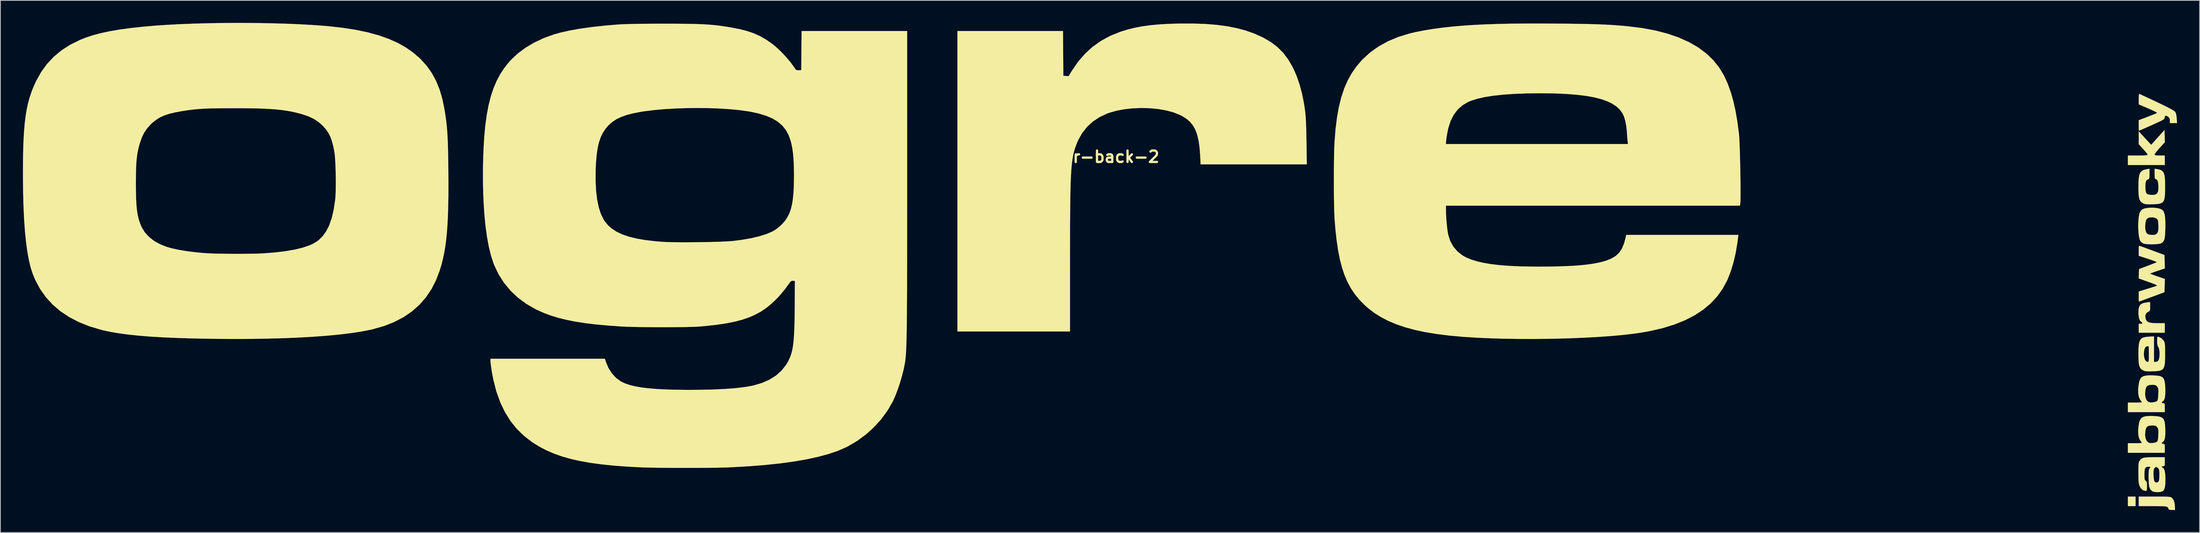
<source format=kicad_pcb>
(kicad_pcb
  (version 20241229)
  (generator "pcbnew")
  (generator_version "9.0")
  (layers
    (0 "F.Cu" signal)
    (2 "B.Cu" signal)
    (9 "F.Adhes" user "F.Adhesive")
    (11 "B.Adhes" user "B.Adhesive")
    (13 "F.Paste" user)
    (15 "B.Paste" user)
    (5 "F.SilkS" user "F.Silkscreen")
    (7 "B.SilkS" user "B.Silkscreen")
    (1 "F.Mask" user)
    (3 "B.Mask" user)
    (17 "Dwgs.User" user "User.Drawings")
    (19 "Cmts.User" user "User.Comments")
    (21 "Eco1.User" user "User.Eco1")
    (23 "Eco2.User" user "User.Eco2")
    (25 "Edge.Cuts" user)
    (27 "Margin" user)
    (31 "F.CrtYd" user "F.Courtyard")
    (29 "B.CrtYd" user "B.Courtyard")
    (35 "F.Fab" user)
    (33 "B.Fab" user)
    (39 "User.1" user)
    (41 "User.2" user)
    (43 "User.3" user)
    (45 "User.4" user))
  (footprint "jabber-back-2"
    (layer "F.Cu")
    (at 142.412 17.847)
    (property "Reference" "jabber-back-2" (at 0 0 0) (layer "F.SilkS") (effects (font (size 1.524 1.524) (thickness 0.3))))
    (attr through_hole)
    (fp_poly (pts (xy 138.769 46.567) (xy 137.753 46.567) (xy 137.753 45.297) (xy 138.769 45.297) (xy 138.769 46.567)) (stroke (width 0.01) (type solid)) (fill yes) (layer "F.SilkS"))
    (fp_poly (pts (xy 141.956 45.297) (xy 142.461 45.3) (xy 142.84 45.306) (xy 143.114 45.318) (xy 143.306 45.338) (xy 143.437 45.366) (xy 143.528 45.406) (xy 143.603 45.458) (xy 143.637 45.487) (xy 143.838 45.764) (xy 143.967 46.173) (xy 144.016 46.69) (xy 144.016 46.715) (xy 144.018 47.075) (xy 143.595 47.075) (xy 143.324 47.06) (xy 143.194 47.01) (xy 143.171 46.954) (xy 143.116 46.8) (xy 143.038 46.7) (xy 142.972 46.655) (xy 142.859 46.622) (xy 142.677 46.597) (xy 142.407 46.581) (xy 142.025 46.572) (xy 141.511 46.567) (xy 141.049 46.567) (xy 139.192 46.567) (xy 139.192 45.297) (xy 141.304 45.297) (xy 141.956 45.297)) (stroke (width 0.01) (type solid)) (fill yes) (layer "F.SilkS"))
    (fp_poly (pts (xy 140.716 19.954) (xy 140.713 20.264) (xy 140.691 20.45) (xy 140.634 20.556) (xy 140.524 20.627) (xy 140.441 20.665) (xy 140.194 20.856) (xy 140.072 21.14) (xy 140.084 21.487) (xy 140.149 21.69) (xy 140.257 21.878) (xy 140.419 22.013) (xy 140.659 22.103) (xy 141.003 22.156) (xy 141.476 22.179) (xy 141.796 22.182) (xy 142.663 22.183) (xy 142.663 23.453) (xy 139.192 23.453) (xy 139.192 22.267) (xy 139.446 22.267) (xy 139.644 22.235) (xy 139.691 22.152) (xy 139.578 22.04) (xy 139.542 22.02) (xy 139.351 21.824) (xy 139.223 21.482) (xy 139.16 21.006) (xy 139.154 20.743) (xy 139.185 20.254) (xy 139.284 19.902) (xy 139.472 19.664) (xy 139.768 19.513) (xy 140.192 19.427) (xy 140.231 19.422) (xy 140.716 19.365) (xy 140.716 19.954)) (stroke (width 0.01) (type solid)) (fill yes) (layer "F.SilkS"))
    (fp_poly (pts (xy 142.645 -2.752) (xy 142.67 -1.938) (xy 141.989 -1.194) (xy 141.723 -0.891) (xy 141.505 -0.623) (xy 141.36 -0.418) (xy 141.309 -0.309) (xy 141.333 -0.239) (xy 141.426 -0.196) (xy 141.622 -0.175) (xy 141.952 -0.169) (xy 141.986 -0.169) (xy 142.663 -0.169) (xy 142.663 1.101) (xy 137.753 1.101) (xy 137.753 -0.169) (xy 139.065 -0.169) (xy 139.585 -0.172) (xy 139.955 -0.183) (xy 140.197 -0.202) (xy 140.331 -0.232) (xy 140.377 -0.274) (xy 140.377 -0.28) (xy 140.323 -0.386) (xy 140.176 -0.582) (xy 139.961 -0.838) (xy 139.785 -1.035) (xy 139.192 -1.678) (xy 139.192 -3.396) (xy 139.679 -2.863) (xy 139.959 -2.557) (xy 140.247 -2.243) (xy 140.485 -1.985) (xy 140.508 -1.961) (xy 140.85 -1.592) (xy 141.735 -2.578) (xy 142.621 -3.565) (xy 142.645 -2.752)) (stroke (width 0.01) (type solid)) (fill yes) (layer "F.SilkS"))
    (fp_poly (pts (xy 139.345 -8.343) (xy 139.568 -8.243) (xy 139.906 -8.089) (xy 140.337 -7.889) (xy 140.844 -7.652) (xy 141.407 -7.387) (xy 141.598 -7.297) (xy 142.392 -6.915) (xy 143.031 -6.598) (xy 143.514 -6.344) (xy 143.843 -6.153) (xy 144.018 -6.024) (xy 144.037 -6.002) (xy 144.149 -5.765) (xy 144.222 -5.39) (xy 144.247 -5.137) (xy 144.296 -4.487) (xy 143.341 -4.487) (xy 143.341 -4.82) (xy 143.307 -5.086) (xy 143.184 -5.271) (xy 143.118 -5.328) (xy 142.888 -5.473) (xy 142.74 -5.476) (xy 142.662 -5.334) (xy 142.648 -5.24) (xy 142.633 -5.152) (xy 142.597 -5.073) (xy 142.519 -4.994) (xy 142.379 -4.902) (xy 142.16 -4.785) (xy 141.84 -4.632) (xy 141.401 -4.432) (xy 140.938 -4.224) (xy 140.444 -4.004) (xy 140.005 -3.809) (xy 139.643 -3.65) (xy 139.38 -3.536) (xy 139.24 -3.477) (xy 139.223 -3.471) (xy 139.209 -3.549) (xy 139.198 -3.757) (xy 139.192 -4.056) (xy 139.192 -4.171) (xy 139.192 -4.87) (xy 140.357 -5.317) (xy 140.777 -5.48) (xy 141.145 -5.626) (xy 141.429 -5.742) (xy 141.599 -5.815) (xy 141.628 -5.83) (xy 141.597 -5.887) (xy 141.417 -5.998) (xy 141.099 -6.157) (xy 140.653 -6.359) (xy 140.465 -6.441) (xy 139.195 -6.985) (xy 139.193 -7.684) (xy 139.2 -8.003) (xy 139.218 -8.245) (xy 139.245 -8.37) (xy 139.256 -8.379) (xy 139.345 -8.343)) (stroke (width 0.01) (type solid)) (fill yes) (layer "F.SilkS"))
    (fp_poly (pts (xy 139.366 11.897) (xy 139.497 11.943) (xy 139.76 12.038) (xy 140.125 12.171) (xy 140.565 12.333) (xy 141.053 12.514) (xy 141.08 12.524) (xy 142.621 13.096) (xy 142.645 13.992) (xy 142.669 14.888) (xy 141.692 15.209) (xy 141.317 15.337) (xy 141.008 15.448) (xy 140.798 15.531) (xy 140.716 15.575) (xy 140.716 15.576) (xy 140.791 15.619) (xy 140.997 15.703) (xy 141.301 15.815) (xy 141.674 15.945) (xy 141.692 15.951) (xy 142.669 16.281) (xy 142.645 17.167) (xy 142.621 18.054) (xy 140.933 18.679) (xy 140.433 18.864) (xy 139.989 19.027) (xy 139.625 19.16) (xy 139.364 19.254) (xy 139.231 19.3) (xy 139.218 19.304) (xy 139.206 19.226) (xy 139.197 19.019) (xy 139.192 18.723) (xy 139.192 18.632) (xy 139.192 17.961) (xy 140.314 17.613) (xy 140.737 17.481) (xy 141.112 17.362) (xy 141.404 17.267) (xy 141.578 17.208) (xy 141.599 17.199) (xy 141.623 17.159) (xy 141.54 17.095) (xy 141.336 16.998) (xy 140.999 16.865) (xy 140.514 16.687) (xy 140.475 16.673) (xy 139.188 16.214) (xy 139.211 15.591) (xy 139.234 14.968) (xy 140.393 14.533) (xy 140.806 14.375) (xy 141.161 14.236) (xy 141.428 14.127) (xy 141.578 14.06) (xy 141.599 14.048) (xy 141.54 14.006) (xy 141.346 13.924) (xy 141.043 13.811) (xy 140.657 13.677) (xy 140.42 13.599) (xy 139.192 13.2) (xy 139.192 12.521) (xy 139.195 12.186) (xy 139.208 11.988) (xy 139.242 11.897) (xy 139.304 11.881) (xy 139.366 11.897)) (stroke (width 0.01) (type solid)) (fill yes) (layer "F.SilkS"))
    (fp_poly (pts (xy 141.094 29.14) (xy 141.635 29.172) (xy 142.038 29.241) (xy 142.325 29.37) (xy 142.517 29.58) (xy 142.634 29.895) (xy 142.699 30.335) (xy 142.729 30.863) (xy 142.733 31.523) (xy 142.687 32.026) (xy 142.59 32.376) (xy 142.442 32.576) (xy 142.406 32.598) (xy 142.26 32.717) (xy 142.273 32.81) (xy 142.438 32.851) (xy 142.452 32.851) (xy 142.562 32.859) (xy 142.626 32.91) (xy 142.655 33.04) (xy 142.663 33.285) (xy 142.663 33.443) (xy 142.663 34.036) (xy 137.753 34.036) (xy 137.753 32.766) (xy 138.684 32.766) (xy 139.058 32.762) (xy 139.361 32.75) (xy 139.557 32.733) (xy 139.615 32.715) (xy 139.566 32.623) (xy 139.443 32.46) (xy 139.41 32.419) (xy 139.237 32.096) (xy 139.143 31.648) (xy 140.041 31.648) (xy 140.099 32.103) (xy 140.246 32.452) (xy 140.476 32.676) (xy 140.547 32.71) (xy 140.763 32.747) (xy 141.052 32.735) (xy 141.344 32.686) (xy 141.569 32.607) (xy 141.632 32.563) (xy 141.708 32.441) (xy 141.758 32.232) (xy 141.79 31.904) (xy 141.803 31.641) (xy 141.813 31.261) (xy 141.804 31.006) (xy 141.769 30.835) (xy 141.703 30.702) (xy 141.649 30.628) (xy 141.524 30.495) (xy 141.382 30.425) (xy 141.165 30.398) (xy 140.964 30.395) (xy 140.578 30.428) (xy 140.321 30.543) (xy 140.164 30.764) (xy 140.077 31.109) (xy 140.041 31.648) (xy 139.143 31.648) (xy 139.14 31.636) (xy 139.122 31.056) (xy 139.166 30.505) (xy 139.247 30.021) (xy 139.37 29.66) (xy 139.556 29.407) (xy 139.827 29.245) (xy 140.207 29.159) (xy 140.717 29.133) (xy 141.094 29.14)) (stroke (width 0.01) (type solid)) (fill yes) (layer "F.SilkS"))
    (fp_poly (pts (xy 141.094 34.559) (xy 141.635 34.591) (xy 142.038 34.66) (xy 142.325 34.789) (xy 142.517 34.999) (xy 142.634 35.313) (xy 142.699 35.754) (xy 142.729 36.281) (xy 142.733 36.942) (xy 142.687 37.445) (xy 142.59 37.794) (xy 142.442 37.995) (xy 142.406 38.017) (xy 142.26 38.135) (xy 142.273 38.229) (xy 142.438 38.269) (xy 142.452 38.269) (xy 142.562 38.278) (xy 142.626 38.329) (xy 142.655 38.458) (xy 142.663 38.704) (xy 142.663 38.862) (xy 142.663 39.455) (xy 137.753 39.455) (xy 137.753 38.185) (xy 138.684 38.185) (xy 139.058 38.18) (xy 139.361 38.169) (xy 139.557 38.151) (xy 139.615 38.133) (xy 139.566 38.041) (xy 139.443 37.879) (xy 139.41 37.838) (xy 139.237 37.514) (xy 139.143 37.067) (xy 140.041 37.067) (xy 140.099 37.521) (xy 140.246 37.871) (xy 140.476 38.095) (xy 140.547 38.129) (xy 140.763 38.165) (xy 141.052 38.154) (xy 141.344 38.104) (xy 141.569 38.026) (xy 141.632 37.982) (xy 141.708 37.86) (xy 141.758 37.65) (xy 141.79 37.322) (xy 141.803 37.06) (xy 141.813 36.68) (xy 141.804 36.425) (xy 141.769 36.253) (xy 141.703 36.121) (xy 141.649 36.047) (xy 141.524 35.914) (xy 141.382 35.844) (xy 141.165 35.817) (xy 140.964 35.814) (xy 140.578 35.847) (xy 140.321 35.962) (xy 140.164 36.182) (xy 140.077 36.528) (xy 140.041 37.067) (xy 139.143 37.067) (xy 139.14 37.055) (xy 139.122 36.475) (xy 139.166 35.924) (xy 139.247 35.44) (xy 139.37 35.079) (xy 139.556 34.825) (xy 139.827 34.663) (xy 140.207 34.577) (xy 140.717 34.552) (xy 141.094 34.559)) (stroke (width 0.01) (type solid)) (fill yes) (layer "F.SilkS"))
    (fp_poly (pts (xy 141.662 6.841) (xy 142.066 6.946) (xy 142.348 7.095) (xy 142.395 7.139) (xy 142.531 7.344) (xy 142.631 7.639) (xy 142.698 8.042) (xy 142.733 8.571) (xy 142.739 9.242) (xy 142.734 9.548) (xy 142.716 10.137) (xy 142.683 10.583) (xy 142.631 10.913) (xy 142.55 11.154) (xy 142.435 11.331) (xy 142.279 11.471) (xy 142.209 11.519) (xy 142.023 11.582) (xy 141.714 11.628) (xy 141.325 11.658) (xy 140.901 11.669) (xy 140.488 11.661) (xy 140.128 11.634) (xy 139.868 11.585) (xy 139.812 11.565) (xy 139.584 11.42) (xy 139.412 11.243) (xy 139.412 11.242) (xy 139.305 10.985) (xy 139.223 10.596) (xy 139.165 10.114) (xy 139.133 9.576) (xy 139.129 9.131) (xy 140.053 9.131) (xy 140.058 9.525) (xy 140.077 9.7) (xy 140.166 10.049) (xy 140.324 10.268) (xy 140.582 10.382) (xy 140.964 10.414) (xy 141.259 10.405) (xy 141.443 10.364) (xy 141.571 10.273) (xy 141.641 10.191) (xy 141.735 10.038) (xy 141.789 9.847) (xy 141.813 9.568) (xy 141.817 9.307) (xy 141.807 8.961) (xy 141.78 8.656) (xy 141.743 8.454) (xy 141.737 8.438) (xy 141.582 8.247) (xy 141.318 8.121) (xy 140.997 8.065) (xy 140.668 8.087) (xy 140.381 8.191) (xy 140.287 8.26) (xy 140.175 8.449) (xy 140.095 8.756) (xy 140.053 9.131) (xy 139.129 9.131) (xy 139.128 9.019) (xy 139.15 8.479) (xy 139.199 7.994) (xy 139.278 7.601) (xy 139.326 7.458) (xy 139.475 7.19) (xy 139.69 7.003) (xy 140.002 6.881) (xy 140.44 6.811) (xy 140.623 6.796) (xy 141.17 6.789) (xy 141.662 6.841)) (stroke (width 0.01) (type solid)) (fill yes) (layer "F.SilkS"))
    (fp_poly (pts (xy 141.668 1.652) (xy 141.99 1.72) (xy 142.238 1.823) (xy 142.422 1.981) (xy 142.552 2.215) (xy 142.636 2.544) (xy 142.683 2.989) (xy 142.703 3.571) (xy 142.706 3.979) (xy 142.7 4.664) (xy 142.674 5.199) (xy 142.614 5.602) (xy 142.507 5.894) (xy 142.339 6.092) (xy 142.098 6.217) (xy 141.769 6.287) (xy 141.34 6.32) (xy 141.055 6.331) (xy 140.605 6.339) (xy 140.285 6.331) (xy 140.057 6.303) (xy 139.881 6.251) (xy 139.785 6.206) (xy 139.568 6.069) (xy 139.405 5.896) (xy 139.29 5.662) (xy 139.214 5.342) (xy 139.171 4.913) (xy 139.153 4.35) (xy 139.151 4.064) (xy 139.161 3.377) (xy 139.198 2.839) (xy 139.272 2.43) (xy 139.392 2.129) (xy 139.567 1.917) (xy 139.806 1.775) (xy 140.119 1.682) (xy 140.272 1.654) (xy 140.631 1.594) (xy 140.631 2.279) (xy 140.624 2.638) (xy 140.599 2.854) (xy 140.552 2.952) (xy 140.517 2.963) (xy 140.381 3.021) (xy 140.242 3.142) (xy 140.16 3.265) (xy 140.11 3.436) (xy 140.086 3.699) (xy 140.081 4.038) (xy 140.098 4.477) (xy 140.165 4.774) (xy 140.303 4.956) (xy 140.535 5.049) (xy 140.883 5.079) (xy 140.973 5.08) (xy 141.266 5.07) (xy 141.448 5.027) (xy 141.577 4.933) (xy 141.641 4.857) (xy 141.736 4.702) (xy 141.791 4.506) (xy 141.814 4.221) (xy 141.817 3.987) (xy 141.787 3.507) (xy 141.698 3.175) (xy 141.553 2.996) (xy 141.431 2.963) (xy 141.368 2.928) (xy 141.33 2.802) (xy 141.312 2.557) (xy 141.309 2.279) (xy 141.309 1.594) (xy 141.668 1.652)) (stroke (width 0.01) (type solid)) (fill yes) (layer "F.SilkS"))
    (fp_poly (pts (xy 141.224 27.347) (xy 141.43 27.347) (xy 141.645 27.296) (xy 141.763 27.219) (xy 141.875 27.013) (xy 141.946 26.695) (xy 141.974 26.318) (xy 141.96 25.933) (xy 141.903 25.593) (xy 141.803 25.351) (xy 141.777 25.318) (xy 141.697 25.154) (xy 141.656 24.867) (xy 141.647 24.562) (xy 141.65 24.247) (xy 141.665 24.069) (xy 141.705 23.994) (xy 141.779 23.99) (xy 141.838 24.006) (xy 142.24 24.204) (xy 142.527 24.526) (xy 142.556 24.575) (xy 142.612 24.703) (xy 142.653 24.864) (xy 142.68 25.087) (xy 142.696 25.4) (xy 142.704 25.832) (xy 142.706 26.289) (xy 142.7 26.967) (xy 142.672 27.495) (xy 142.609 27.892) (xy 142.498 28.178) (xy 142.323 28.371) (xy 142.072 28.492) (xy 141.732 28.558) (xy 141.287 28.59) (xy 141.055 28.598) (xy 140.605 28.606) (xy 140.285 28.598) (xy 140.057 28.57) (xy 139.881 28.518) (xy 139.785 28.474) (xy 139.57 28.339) (xy 139.409 28.17) (xy 139.294 27.943) (xy 139.218 27.633) (xy 139.174 27.216) (xy 139.155 26.668) (xy 139.153 26.331) (xy 139.875 26.331) (xy 139.917 26.735) (xy 140.024 27.058) (xy 140.186 27.271) (xy 140.39 27.347) (xy 140.455 27.335) (xy 140.499 27.278) (xy 140.527 27.151) (xy 140.541 26.925) (xy 140.546 26.573) (xy 140.547 26.289) (xy 140.545 25.849) (xy 140.537 25.552) (xy 140.519 25.368) (xy 140.486 25.272) (xy 140.434 25.235) (xy 140.383 25.231) (xy 140.155 25.309) (xy 139.993 25.54) (xy 139.906 25.873) (xy 139.875 26.331) (xy 139.153 26.331) (xy 139.153 26.289) (xy 139.163 25.611) (xy 139.201 25.082) (xy 139.277 24.683) (xy 139.403 24.396) (xy 139.592 24.2) (xy 139.854 24.077) (xy 140.201 24.008) (xy 140.554 23.978) (xy 141.224 23.939) (xy 141.224 27.347)) (stroke (width 0.01) (type solid)) (fill yes) (layer "F.SilkS"))
    (fp_poly (pts (xy 14.958 -17.702) (xy 16.487 -17.579) (xy 17.895 -17.39) (xy 19.195 -17.132) (xy 20.4 -16.803) (xy 21.521 -16.402) (xy 22.572 -15.926) (xy 22.707 -15.858) (xy 23.703 -15.273) (xy 24.567 -14.614) (xy 25.32 -13.858) (xy 25.982 -12.984) (xy 26.574 -11.972) (xy 26.662 -11.799) (xy 27.113 -10.772) (xy 27.507 -9.629) (xy 27.828 -8.416) (xy 27.897 -8.096) (xy 28.018 -7.489) (xy 28.118 -6.935) (xy 28.199 -6.409) (xy 28.263 -5.881) (xy 28.314 -5.326) (xy 28.352 -4.717) (xy 28.381 -4.026) (xy 28.403 -3.225) (xy 28.42 -2.289) (xy 28.424 -2.053) (xy 28.468 1.016) (xy 14.335 1.016) (xy 14.28 -0.106) (xy 14.202 -1.182) (xy 14.075 -2.11) (xy 13.893 -2.905) (xy 13.647 -3.582) (xy 13.33 -4.158) (xy 12.933 -4.647) (xy 12.449 -5.066) (xy 11.87 -5.431) (xy 11.564 -5.587) (xy 10.723 -5.92) (xy 9.759 -6.179) (xy 8.704 -6.363) (xy 7.587 -6.471) (xy 6.44 -6.502) (xy 5.291 -6.457) (xy 4.172 -6.335) (xy 3.113 -6.135) (xy 2.144 -5.856) (xy 1.9 -5.766) (xy 0.888 -5.292) (xy -0.007 -4.697) (xy -0.782 -3.984) (xy -1.433 -3.157) (xy -1.957 -2.22) (xy -2.07 -1.963) (xy -2.2 -1.643) (xy -2.317 -1.329) (xy -2.423 -1.01) (xy -2.519 -0.678) (xy -2.604 -0.323) (xy -2.68 0.064) (xy -2.747 0.492) (xy -2.805 0.97) (xy -2.855 1.508) (xy -2.898 2.115) (xy -2.934 2.799) (xy -2.964 3.571) (xy -2.988 4.44) (xy -3.007 5.413) (xy -3.022 6.502) (xy -3.032 7.715) (xy -3.04 9.061) (xy -3.044 10.55) (xy -3.046 12.19) (xy -3.047 13.822) (xy -3.048 23.283) (xy -18.034 23.283) (xy -18.034 -16.764) (xy -3.982 -16.764) (xy -3.937 -10.795) (xy -3.586 -10.769) (xy -3.235 -10.744) (xy -2.835 -11.404) (xy -2.008 -12.62) (xy -1.083 -13.697) (xy -0.059 -14.638) (xy 1.066 -15.443) (xy 2.292 -16.113) (xy 3.622 -16.649) (xy 3.716 -16.681) (xy 4.633 -16.961) (xy 5.565 -17.192) (xy 6.535 -17.38) (xy 7.57 -17.526) (xy 8.694 -17.635) (xy 9.931 -17.709) (xy 11.309 -17.753) (xy 11.487 -17.757) (xy 13.295 -17.76) (xy 14.958 -17.702)) (stroke (width 0.01) (type solid)) (fill yes) (layer "F.SilkS"))
    (fp_poly (pts (xy 142.663 40.64) (xy 142.66 40.95) (xy 142.642 41.127) (xy 142.596 41.209) (xy 142.508 41.232) (xy 142.452 41.233) (xy 142.282 41.267) (xy 142.249 41.346) (xy 142.367 41.433) (xy 142.371 41.434) (xy 142.533 41.577) (xy 142.649 41.866) (xy 142.72 42.307) (xy 142.748 42.906) (xy 142.748 43.011) (xy 142.732 43.588) (xy 142.681 44.019) (xy 142.587 44.323) (xy 142.447 44.52) (xy 142.281 44.62) (xy 141.995 44.685) (xy 141.65 44.703) (xy 141.313 44.676) (xy 141.051 44.606) (xy 140.988 44.572) (xy 140.809 44.417) (xy 140.679 44.223) (xy 140.592 43.962) (xy 140.54 43.605) (xy 140.516 43.124) (xy 140.511 42.787) (xy 140.511 42.323) (xy 140.515 42.158) (xy 141.154 42.158) (xy 141.162 42.511) (xy 141.191 42.854) (xy 141.239 43.134) (xy 141.303 43.3) (xy 141.305 43.302) (xy 141.496 43.422) (xy 141.707 43.392) (xy 141.827 43.294) (xy 141.895 43.123) (xy 141.934 42.803) (xy 141.943 42.407) (xy 141.938 42.035) (xy 141.918 41.791) (xy 141.873 41.631) (xy 141.797 41.516) (xy 141.76 41.477) (xy 141.557 41.349) (xy 141.378 41.387) (xy 141.233 41.588) (xy 141.215 41.633) (xy 141.171 41.848) (xy 141.154 42.158) (xy 140.515 42.158) (xy 140.519 41.998) (xy 140.54 41.778) (xy 140.578 41.634) (xy 140.635 41.533) (xy 140.666 41.496) (xy 140.764 41.377) (xy 140.748 41.328) (xy 140.594 41.317) (xy 140.524 41.317) (xy 140.28 41.34) (xy 140.117 41.424) (xy 140.017 41.597) (xy 139.968 41.885) (xy 139.954 42.313) (xy 139.954 42.339) (xy 139.958 42.707) (xy 139.976 42.944) (xy 140.015 43.086) (xy 140.082 43.17) (xy 140.123 43.2) (xy 140.213 43.281) (xy 140.265 43.411) (xy 140.288 43.632) (xy 140.293 43.92) (xy 140.289 44.238) (xy 140.27 44.423) (xy 140.226 44.509) (xy 140.147 44.534) (xy 140.119 44.535) (xy 139.782 44.455) (xy 139.502 44.226) (xy 139.306 43.88) (xy 139.244 43.691) (xy 139.2 43.474) (xy 139.172 43.196) (xy 139.156 42.825) (xy 139.15 42.329) (xy 139.15 42.107) (xy 139.151 41.589) (xy 139.158 41.212) (xy 139.174 40.947) (xy 139.201 40.764) (xy 139.243 40.635) (xy 139.304 40.531) (xy 139.327 40.498) (xy 139.457 40.341) (xy 139.597 40.225) (xy 139.774 40.145) (xy 140.016 40.093) (xy 140.351 40.064) (xy 140.805 40.051) (xy 141.287 40.049) (xy 142.663 40.047) (xy 142.663 40.64)) (stroke (width 0.01) (type solid)) (fill yes) (layer "F.SilkS"))
    (fp_poly (pts (xy 61.51 -17.754) (xy 62.835 -17.741) (xy 64.009 -17.727) (xy 65.051 -17.71) (xy 65.979 -17.692) (xy 66.812 -17.669) (xy 67.569 -17.643) (xy 68.267 -17.611) (xy 68.926 -17.575) (xy 69.564 -17.532) (xy 70.199 -17.482) (xy 70.851 -17.425) (xy 71.162 -17.396) (xy 73.078 -17.16) (xy 74.854 -16.831) (xy 76.489 -16.408) (xy 77.984 -15.891) (xy 79.337 -15.281) (xy 80.551 -14.578) (xy 81.623 -13.781) (xy 82.554 -12.891) (xy 83.344 -11.907) (xy 83.992 -10.831) (xy 84.031 -10.755) (xy 84.485 -9.752) (xy 84.883 -8.655) (xy 85.229 -7.45) (xy 85.526 -6.123) (xy 85.777 -4.66) (xy 85.987 -3.048) (xy 86.014 -2.738) (xy 86.04 -2.297) (xy 86.066 -1.747) (xy 86.09 -1.107) (xy 86.112 -0.397) (xy 86.133 0.362) (xy 86.152 1.152) (xy 86.167 1.952) (xy 86.18 2.741) (xy 86.19 3.501) (xy 86.195 4.211) (xy 86.197 4.85) (xy 86.194 5.4) (xy 86.187 5.84) (xy 86.174 6.15) (xy 86.156 6.307) (xy 86.103 6.519) (xy 46.99 6.519) (xy 46.991 7.176) (xy 47.004 7.696) (xy 47.037 8.289) (xy 47.088 8.906) (xy 47.15 9.499) (xy 47.22 10.018) (xy 47.292 10.414) (xy 47.56 11.236) (xy 47.97 11.973) (xy 48.509 12.611) (xy 49.168 13.136) (xy 49.642 13.404) (xy 50.31 13.686) (xy 51.081 13.93) (xy 51.964 14.136) (xy 52.967 14.306) (xy 54.098 14.44) (xy 55.366 14.54) (xy 56.778 14.606) (xy 58.344 14.64) (xy 59.351 14.646) (xy 60.928 14.635) (xy 62.348 14.603) (xy 63.619 14.549) (xy 64.752 14.472) (xy 65.758 14.37) (xy 66.645 14.243) (xy 67.426 14.09) (xy 68.108 13.911) (xy 68.241 13.87) (xy 68.978 13.581) (xy 69.573 13.227) (xy 70.045 12.785) (xy 70.41 12.238) (xy 70.689 11.564) (xy 70.835 11.037) (xy 70.982 10.414) (xy 85.913 10.414) (xy 85.886 10.604) (xy 85.863 10.775) (xy 85.825 11.06) (xy 85.78 11.407) (xy 85.766 11.515) (xy 85.553 12.808) (xy 85.259 14.071) (xy 84.896 15.263) (xy 84.475 16.34) (xy 84.408 16.488) (xy 83.806 17.605) (xy 83.072 18.627) (xy 82.206 19.556) (xy 81.205 20.393) (xy 80.068 21.139) (xy 78.793 21.795) (xy 77.377 22.363) (xy 75.82 22.843) (xy 74.119 23.236) (xy 72.94 23.445) (xy 71.756 23.611) (xy 70.42 23.761) (xy 68.952 23.893) (xy 67.368 24.007) (xy 65.687 24.103) (xy 63.926 24.179) (xy 62.103 24.235) (xy 60.236 24.27) (xy 58.342 24.284) (xy 56.439 24.275) (xy 54.545 24.244) (xy 53.213 24.207) (xy 51.118 24.119) (xy 49.181 23.994) (xy 47.393 23.829) (xy 45.746 23.622) (xy 44.232 23.372) (xy 42.843 23.076) (xy 41.571 22.731) (xy 40.406 22.336) (xy 39.343 21.89) (xy 38.371 21.388) (xy 37.483 20.83) (xy 36.671 20.213) (xy 36.154 19.755) (xy 35.483 19.071) (xy 34.886 18.346) (xy 34.36 17.566) (xy 33.899 16.72) (xy 33.5 15.794) (xy 33.157 14.775) (xy 32.866 13.651) (xy 32.624 12.409) (xy 32.424 11.036) (xy 32.264 9.519) (xy 32.165 8.255) (xy 32.138 7.746) (xy 32.116 7.094) (xy 32.098 6.324) (xy 32.085 5.463) (xy 32.076 4.536) (xy 32.072 3.569) (xy 32.072 2.588) (xy 32.077 1.619) (xy 32.087 0.688) (xy 32.101 -0.179) (xy 32.119 -0.956) (xy 32.142 -1.618) (xy 32.146 -1.693) (xy 46.99 -1.693) (xy 71.215 -1.693) (xy 71.171 -2.053) (xy 71.146 -2.294) (xy 71.117 -2.647) (xy 71.088 -3.056) (xy 71.073 -3.299) (xy 70.994 -4.08) (xy 70.859 -4.786) (xy 70.676 -5.385) (xy 70.486 -5.791) (xy 70.138 -6.271) (xy 69.685 -6.7) (xy 69.12 -7.078) (xy 68.438 -7.408) (xy 67.634 -7.69) (xy 66.7 -7.926) (xy 65.632 -8.117) (xy 64.423 -8.265) (xy 63.068 -8.371) (xy 61.56 -8.437) (xy 59.895 -8.464) (xy 59.478 -8.465) (xy 57.681 -8.444) (xy 56.048 -8.382) (xy 54.578 -8.28) (xy 53.271 -8.137) (xy 52.124 -7.954) (xy 51.139 -7.729) (xy 50.314 -7.464) (xy 49.922 -7.297) (xy 49.186 -6.863) (xy 48.557 -6.302) (xy 48.035 -5.613) (xy 47.618 -4.794) (xy 47.305 -3.843) (xy 47.115 -2.894) (xy 47.061 -2.519) (xy 47.019 -2.19) (xy 46.994 -1.955) (xy 46.99 -1.884) (xy 46.99 -1.693) (xy 32.146 -1.693) (xy 32.166 -2.074) (xy 32.303 -3.75) (xy 32.495 -5.277) (xy 32.746 -6.667) (xy 33.06 -7.932) (xy 33.442 -9.084) (xy 33.897 -10.136) (xy 34.427 -11.099) (xy 35.037 -11.987) (xy 35.731 -12.811) (xy 35.904 -12.993) (xy 36.909 -13.91) (xy 38.039 -14.714) (xy 39.292 -15.403) (xy 40.666 -15.977) (xy 42.162 -16.436) (xy 42.976 -16.626) (xy 44.078 -16.841) (xy 45.234 -17.032) (xy 46.452 -17.199) (xy 47.745 -17.343) (xy 49.124 -17.465) (xy 50.598 -17.565) (xy 52.178 -17.644) (xy 53.876 -17.703) (xy 55.702 -17.743) (xy 57.667 -17.763) (xy 59.781 -17.765) (xy 61.51 -17.754)) (stroke (width 0.01) (type solid)) (fill yes) (layer "F.SilkS"))
    (fp_poly (pts (xy -111.421 -17.829) (xy -109.448 -17.795) (xy -107.532 -17.741) (xy -105.699 -17.666) (xy -103.973 -17.571) (xy -102.379 -17.456) (xy -101.685 -17.395) (xy -99.804 -17.183) (xy -98.076 -16.912) (xy -96.492 -16.578) (xy -95.044 -16.179) (xy -93.724 -15.713) (xy -92.526 -15.175) (xy -91.44 -14.565) (xy -90.46 -13.878) (xy -89.577 -13.111) (xy -89.441 -12.978) (xy -88.654 -12.101) (xy -87.982 -11.147) (xy -87.418 -10.104) (xy -86.954 -8.954) (xy -86.583 -7.684) (xy -86.318 -6.392) (xy -86.214 -5.756) (xy -86.125 -5.151) (xy -86.05 -4.556) (xy -85.987 -3.95) (xy -85.935 -3.314) (xy -85.894 -2.625) (xy -85.86 -1.864) (xy -85.834 -1.01) (xy -85.814 -0.041) (xy -85.798 1.062) (xy -85.79 1.874) (xy -85.78 3.591) (xy -85.785 5.152) (xy -85.807 6.571) (xy -85.847 7.862) (xy -85.905 9.036) (xy -85.983 10.109) (xy -86.082 11.092) (xy -86.203 12) (xy -86.348 12.846) (xy -86.517 13.642) (xy -86.711 14.402) (xy -86.919 15.1) (xy -87.424 16.438) (xy -88.048 17.657) (xy -88.793 18.761) (xy -89.659 19.748) (xy -90.649 20.621) (xy -91.763 21.381) (xy -93.003 22.028) (xy -94.37 22.564) (xy -95.865 22.99) (xy -96.181 23.063) (xy -97.346 23.29) (xy -98.671 23.495) (xy -100.148 23.677) (xy -101.769 23.836) (xy -103.527 23.971) (xy -105.415 24.083) (xy -107.423 24.17) (xy -109.544 24.233) (xy -111.771 24.271) (xy -114.096 24.283) (xy -116.51 24.27) (xy -119.007 24.231) (xy -119.973 24.209) (xy -121.939 24.149) (xy -123.744 24.071) (xy -125.397 23.972) (xy -126.903 23.853) (xy -128.272 23.712) (xy -129.511 23.549) (xy -130.627 23.363) (xy -131.628 23.154) (xy -131.953 23.075) (xy -133.519 22.61) (xy -134.951 22.04) (xy -136.251 21.366) (xy -137.418 20.587) (xy -138.453 19.702) (xy -139.357 18.712) (xy -140.129 17.615) (xy -140.771 16.412) (xy -141.096 15.631) (xy -141.366 14.803) (xy -141.604 13.833) (xy -141.81 12.719) (xy -141.986 11.457) (xy -142.13 10.045) (xy -142.244 8.479) (xy -142.328 6.756) (xy -142.382 4.874) (xy -142.398 3.471) (xy -127.379 3.471) (xy -127.373 4.545) (xy -127.352 5.47) (xy -127.313 6.266) (xy -127.254 6.955) (xy -127.171 7.556) (xy -127.062 8.09) (xy -126.925 8.576) (xy -126.756 9.036) (xy -126.596 9.398) (xy -126.187 10.074) (xy -125.631 10.686) (xy -124.94 11.223) (xy -124.128 11.675) (xy -123.275 12.011) (xy -122.549 12.215) (xy -121.683 12.402) (xy -120.706 12.567) (xy -119.648 12.707) (xy -118.537 12.816) (xy -117.983 12.857) (xy -117.437 12.885) (xy -116.756 12.907) (xy -115.973 12.924) (xy -115.121 12.934) (xy -114.232 12.939) (xy -113.34 12.938) (xy -112.477 12.931) (xy -111.677 12.918) (xy -110.972 12.899) (xy -110.395 12.875) (xy -110.277 12.867) (xy -108.765 12.744) (xy -107.414 12.579) (xy -106.222 12.37) (xy -105.187 12.118) (xy -104.307 11.822) (xy -103.767 11.581) (xy -103.114 11.167) (xy -102.543 10.622) (xy -102.053 9.942) (xy -101.641 9.124) (xy -101.307 8.164) (xy -101.047 7.058) (xy -100.86 5.803) (xy -100.833 5.554) (xy -100.801 5.108) (xy -100.78 4.542) (xy -100.769 3.887) (xy -100.769 3.175) (xy -100.777 2.437) (xy -100.795 1.704) (xy -100.82 1.007) (xy -100.853 0.377) (xy -100.893 -0.154) (xy -100.939 -0.555) (xy -100.952 -0.635) (xy -101.117 -1.452) (xy -101.297 -2.131) (xy -101.508 -2.702) (xy -101.762 -3.198) (xy -102.074 -3.649) (xy -102.458 -4.086) (xy -102.529 -4.158) (xy -103.079 -4.645) (xy -103.691 -5.047) (xy -104.399 -5.383) (xy -105.236 -5.67) (xy -105.368 -5.708) (xy -106.005 -5.877) (xy -106.652 -6.02) (xy -107.326 -6.141) (xy -108.045 -6.241) (xy -108.827 -6.32) (xy -109.691 -6.381) (xy -110.653 -6.426) (xy -111.732 -6.456) (xy -112.946 -6.471) (xy -114.173 -6.475) (xy -115.282 -6.473) (xy -116.243 -6.465) (xy -117.079 -6.452) (xy -117.811 -6.431) (xy -118.461 -6.401) (xy -119.052 -6.362) (xy -119.604 -6.312) (xy -120.139 -6.25) (xy -120.68 -6.174) (xy -121.238 -6.086) (xy -122.151 -5.917) (xy -122.921 -5.731) (xy -123.575 -5.518) (xy -124.14 -5.265) (xy -124.641 -4.962) (xy -125.106 -4.597) (xy -125.401 -4.321) (xy -125.891 -3.776) (xy -126.281 -3.198) (xy -126.597 -2.542) (xy -126.862 -1.764) (xy -126.869 -1.74) (xy -127.008 -1.227) (xy -127.121 -0.728) (xy -127.209 -0.216) (xy -127.276 0.334) (xy -127.324 0.947) (xy -127.355 1.651) (xy -127.373 2.471) (xy -127.379 3.434) (xy -127.379 3.471) (xy -142.398 3.471) (xy -142.406 2.829) (xy -142.407 2.117) (xy -142.399 0.532) (xy -142.374 -0.898) (xy -142.33 -2.189) (xy -142.264 -3.356) (xy -142.174 -4.412) (xy -142.06 -5.373) (xy -141.917 -6.254) (xy -141.744 -7.069) (xy -141.54 -7.832) (xy -141.301 -8.559) (xy -141.026 -9.264) (xy -140.713 -9.962) (xy -140.636 -10.121) (xy -139.97 -11.312) (xy -139.191 -12.384) (xy -138.294 -13.34) (xy -137.274 -14.186) (xy -136.128 -14.924) (xy -134.849 -15.56) (xy -134.081 -15.869) (xy -133.133 -16.186) (xy -132.065 -16.472) (xy -130.868 -16.729) (xy -129.535 -16.957) (xy -128.058 -17.159) (xy -126.429 -17.336) (xy -124.756 -17.48) (xy -123.075 -17.593) (xy -121.278 -17.685) (xy -119.39 -17.756) (xy -117.436 -17.805) (xy -115.439 -17.834) (xy -113.426 -17.842) (xy -111.421 -17.829)) (stroke (width 0.01) (type solid)) (fill yes) (layer "F.SilkS"))
    (fp_poly (pts (xy -55.802 -17.735) (xy -54.73 -17.729) (xy -53.789 -17.718) (xy -52.959 -17.701) (xy -52.221 -17.676) (xy -51.555 -17.643) (xy -50.942 -17.601) (xy -50.362 -17.547) (xy -49.797 -17.482) (xy -49.226 -17.404) (xy -48.63 -17.312) (xy -48.133 -17.23) (xy -47.009 -17.011) (xy -46.021 -16.757) (xy -45.135 -16.453) (xy -44.319 -16.086) (xy -43.541 -15.643) (xy -42.769 -15.111) (xy -42.545 -14.941) (xy -41.965 -14.449) (xy -41.358 -13.859) (xy -40.762 -13.213) (xy -40.216 -12.555) (xy -39.76 -11.928) (xy -39.615 -11.702) (xy -39.501 -11.573) (xy -39.332 -11.528) (xy -39.158 -11.533) (xy -38.82 -11.557) (xy -38.775 -16.764) (xy -24.723 -16.764) (xy -24.724 3.323) (xy -24.724 5.653) (xy -24.725 7.819) (xy -24.726 9.829) (xy -24.728 11.689) (xy -24.73 13.405) (xy -24.733 14.985) (xy -24.736 16.433) (xy -24.741 17.758) (xy -24.746 18.964) (xy -24.753 20.059) (xy -24.76 21.05) (xy -24.769 21.941) (xy -24.779 22.741) (xy -24.79 23.455) (xy -24.803 24.09) (xy -24.817 24.652) (xy -24.832 25.148) (xy -24.85 25.584) (xy -24.869 25.967) (xy -24.889 26.303) (xy -24.912 26.598) (xy -24.936 26.859) (xy -24.963 27.092) (xy -24.991 27.304) (xy -25.016 27.463) (xy -25.175 28.275) (xy -25.397 29.167) (xy -25.666 30.089) (xy -25.968 30.993) (xy -26.287 31.832) (xy -26.608 32.556) (xy -26.649 32.639) (xy -27.34 33.839) (xy -28.177 34.98) (xy -29.141 36.045) (xy -30.214 37.016) (xy -31.378 37.873) (xy -32.613 38.6) (xy -32.893 38.741) (xy -33.952 39.197) (xy -35.175 39.613) (xy -36.559 39.989) (xy -38.103 40.325) (xy -39.805 40.62) (xy -41.665 40.874) (xy -43.68 41.086) (xy -45.849 41.258) (xy -48.171 41.387) (xy -48.514 41.402) (xy -49.105 41.422) (xy -49.839 41.439) (xy -50.689 41.452) (xy -51.632 41.462) (xy -52.64 41.468) (xy -53.69 41.471) (xy -54.755 41.471) (xy -55.81 41.468) (xy -56.83 41.461) (xy -57.79 41.451) (xy -58.663 41.438) (xy -59.425 41.421) (xy -60.051 41.401) (xy -60.198 41.395) (xy -62.106 41.293) (xy -63.858 41.159) (xy -65.466 40.992) (xy -66.941 40.789) (xy -68.294 40.547) (xy -69.538 40.263) (xy -70.682 39.935) (xy -71.739 39.561) (xy -72.719 39.137) (xy -73.635 38.661) (xy -74.497 38.13) (xy -74.672 38.012) (xy -75.743 37.181) (xy -76.697 36.242) (xy -77.536 35.19) (xy -78.262 34.022) (xy -78.877 32.734) (xy -79.384 31.321) (xy -79.784 29.779) (xy -79.973 28.801) (xy -80.048 28.338) (xy -80.111 27.906) (xy -80.156 27.547) (xy -80.178 27.301) (xy -80.179 27.256) (xy -80.179 26.924) (xy -64.953 26.924) (xy -64.809 27.369) (xy -64.477 28.16) (xy -64.028 28.866) (xy -63.481 29.464) (xy -62.855 29.929) (xy -62.811 29.954) (xy -62.315 30.195) (xy -61.721 30.404) (xy -61.019 30.583) (xy -60.201 30.732) (xy -59.26 30.853) (xy -58.185 30.946) (xy -56.97 31.013) (xy -55.606 31.054) (xy -54.084 31.071) (xy -53.752 31.072) (xy -51.998 31.059) (xy -50.409 31.019) (xy -48.983 30.951) (xy -47.717 30.856) (xy -46.61 30.734) (xy -45.659 30.583) (xy -45.152 30.477) (xy -44.039 30.149) (xy -43.05 29.712) (xy -42.189 29.168) (xy -41.457 28.518) (xy -40.857 27.765) (xy -40.557 27.256) (xy -40.386 26.905) (xy -40.239 26.545) (xy -40.114 26.161) (xy -40.009 25.738) (xy -39.923 25.261) (xy -39.853 24.713) (xy -39.798 24.081) (xy -39.756 23.348) (xy -39.725 22.5) (xy -39.703 21.521) (xy -39.69 20.395) (xy -39.685 19.77) (xy -39.666 16.552) (xy -39.922 16.527) (xy -40.04 16.527) (xy -40.147 16.567) (xy -40.265 16.671) (xy -40.419 16.862) (xy -40.635 17.164) (xy -40.722 17.289) (xy -41.01 17.677) (xy -41.37 18.122) (xy -41.753 18.564) (xy -42.053 18.887) (xy -42.718 19.529) (xy -43.402 20.095) (xy -44.119 20.589) (xy -44.887 21.018) (xy -45.72 21.388) (xy -46.634 21.704) (xy -47.644 21.971) (xy -48.767 22.197) (xy -50.017 22.385) (xy -51.41 22.543) (xy -52.282 22.621) (xy -52.724 22.649) (xy -53.311 22.672) (xy -54.02 22.691) (xy -54.828 22.705) (xy -55.71 22.715) (xy -56.643 22.72) (xy -57.603 22.72) (xy -58.567 22.716) (xy -59.511 22.708) (xy -60.41 22.695) (xy -61.243 22.677) (xy -61.984 22.655) (xy -62.61 22.629) (xy -62.823 22.617) (xy -64.548 22.496) (xy -66.12 22.351) (xy -67.551 22.179) (xy -68.857 21.976) (xy -70.051 21.74) (xy -71.146 21.469) (xy -72.158 21.158) (xy -73.1 20.806) (xy -73.986 20.41) (xy -74.166 20.321) (xy -75.401 19.611) (xy -76.516 18.788) (xy -77.506 17.854) (xy -78.366 16.817) (xy -79.092 15.682) (xy -79.678 14.452) (xy -79.784 14.182) (xy -80.114 13.163) (xy -80.401 11.987) (xy -80.645 10.663) (xy -80.845 9.199) (xy -80.999 7.6) (xy -81.107 5.876) (xy -81.168 4.035) (xy -81.174 3.183) (xy -66.194 3.183) (xy -66.13 4.522) (xy -65.99 5.711) (xy -65.773 6.752) (xy -65.48 7.644) (xy -65.111 8.39) (xy -64.988 8.58) (xy -64.552 9.117) (xy -64.018 9.591) (xy -63.378 10.003) (xy -62.622 10.358) (xy -61.742 10.657) (xy -60.73 10.905) (xy -59.576 11.104) (xy -58.272 11.258) (xy -57.277 11.34) (xy -56.786 11.365) (xy -56.163 11.383) (xy -55.431 11.395) (xy -54.617 11.4) (xy -53.746 11.399) (xy -52.845 11.392) (xy -51.938 11.38) (xy -51.051 11.363) (xy -50.21 11.342) (xy -49.441 11.316) (xy -48.769 11.285) (xy -48.219 11.251) (xy -47.879 11.221) (xy -46.609 11.055) (xy -45.452 10.848) (xy -44.42 10.604) (xy -43.525 10.327) (xy -42.779 10.018) (xy -42.418 9.826) (xy -42.085 9.599) (xy -41.716 9.303) (xy -41.385 8.996) (xy -41.349 8.959) (xy -40.978 8.53) (xy -40.665 8.069) (xy -40.408 7.559) (xy -40.201 6.984) (xy -40.041 6.326) (xy -39.923 5.569) (xy -39.844 4.696) (xy -39.799 3.689) (xy -39.785 2.533) (xy -39.785 2.498) (xy -39.797 1.41) (xy -39.835 0.466) (xy -39.901 -0.359) (xy -39.997 -1.087) (xy -40.127 -1.743) (xy -40.222 -2.116) (xy -40.496 -2.892) (xy -40.868 -3.572) (xy -41.345 -4.164) (xy -41.937 -4.673) (xy -42.653 -5.107) (xy -43.502 -5.471) (xy -44.494 -5.772) (xy -45.636 -6.016) (xy -45.847 -6.052) (xy -46.999 -6.214) (xy -48.286 -6.34) (xy -49.676 -6.43) (xy -51.139 -6.484) (xy -52.644 -6.503) (xy -54.16 -6.486) (xy -55.655 -6.433) (xy -57.1 -6.345) (xy -58.462 -6.222) (xy -59.712 -6.064) (xy -60.108 -6.002) (xy -61.132 -5.807) (xy -62.006 -5.585) (xy -62.752 -5.327) (xy -63.388 -5.024) (xy -63.935 -4.67) (xy -64.412 -4.256) (xy -64.425 -4.243) (xy -64.852 -3.759) (xy -65.209 -3.227) (xy -65.502 -2.629) (xy -65.737 -1.949) (xy -65.918 -1.168) (xy -66.05 -0.27) (xy -66.139 0.763) (xy -66.181 1.693) (xy -66.194 3.183) (xy -81.174 3.183) (xy -81.181 2.082) (xy -81.166 0.847) (xy -81.108 -0.988) (xy -81.009 -2.668) (xy -80.864 -4.204) (xy -80.672 -5.608) (xy -80.428 -6.888) (xy -80.132 -8.057) (xy -79.778 -9.124) (xy -79.366 -10.101) (xy -78.892 -10.996) (xy -78.352 -11.822) (xy -77.745 -12.588) (xy -77.463 -12.902) (xy -76.559 -13.755) (xy -75.516 -14.532) (xy -74.353 -15.223) (xy -73.087 -15.818) (xy -71.736 -16.307) (xy -70.878 -16.549) (xy -69.623 -16.831) (xy -68.21 -17.081) (xy -66.636 -17.3) (xy -64.9 -17.488) (xy -63.246 -17.628) (xy -62.722 -17.658) (xy -62.036 -17.684) (xy -61.194 -17.704) (xy -60.203 -17.72) (xy -59.068 -17.731) (xy -57.798 -17.736) (xy -57.023 -17.737) (xy -55.802 -17.735)) (stroke (width 0.01) (type solid)) (fill yes) (layer "F.SilkS")))
  (gr_rect
    (start -3 -3)
    (end 289.714 67.927)
    (stroke (width 0.1) (type default))
    (fill no)
    (layer "Edge.Cuts")))
</source>
